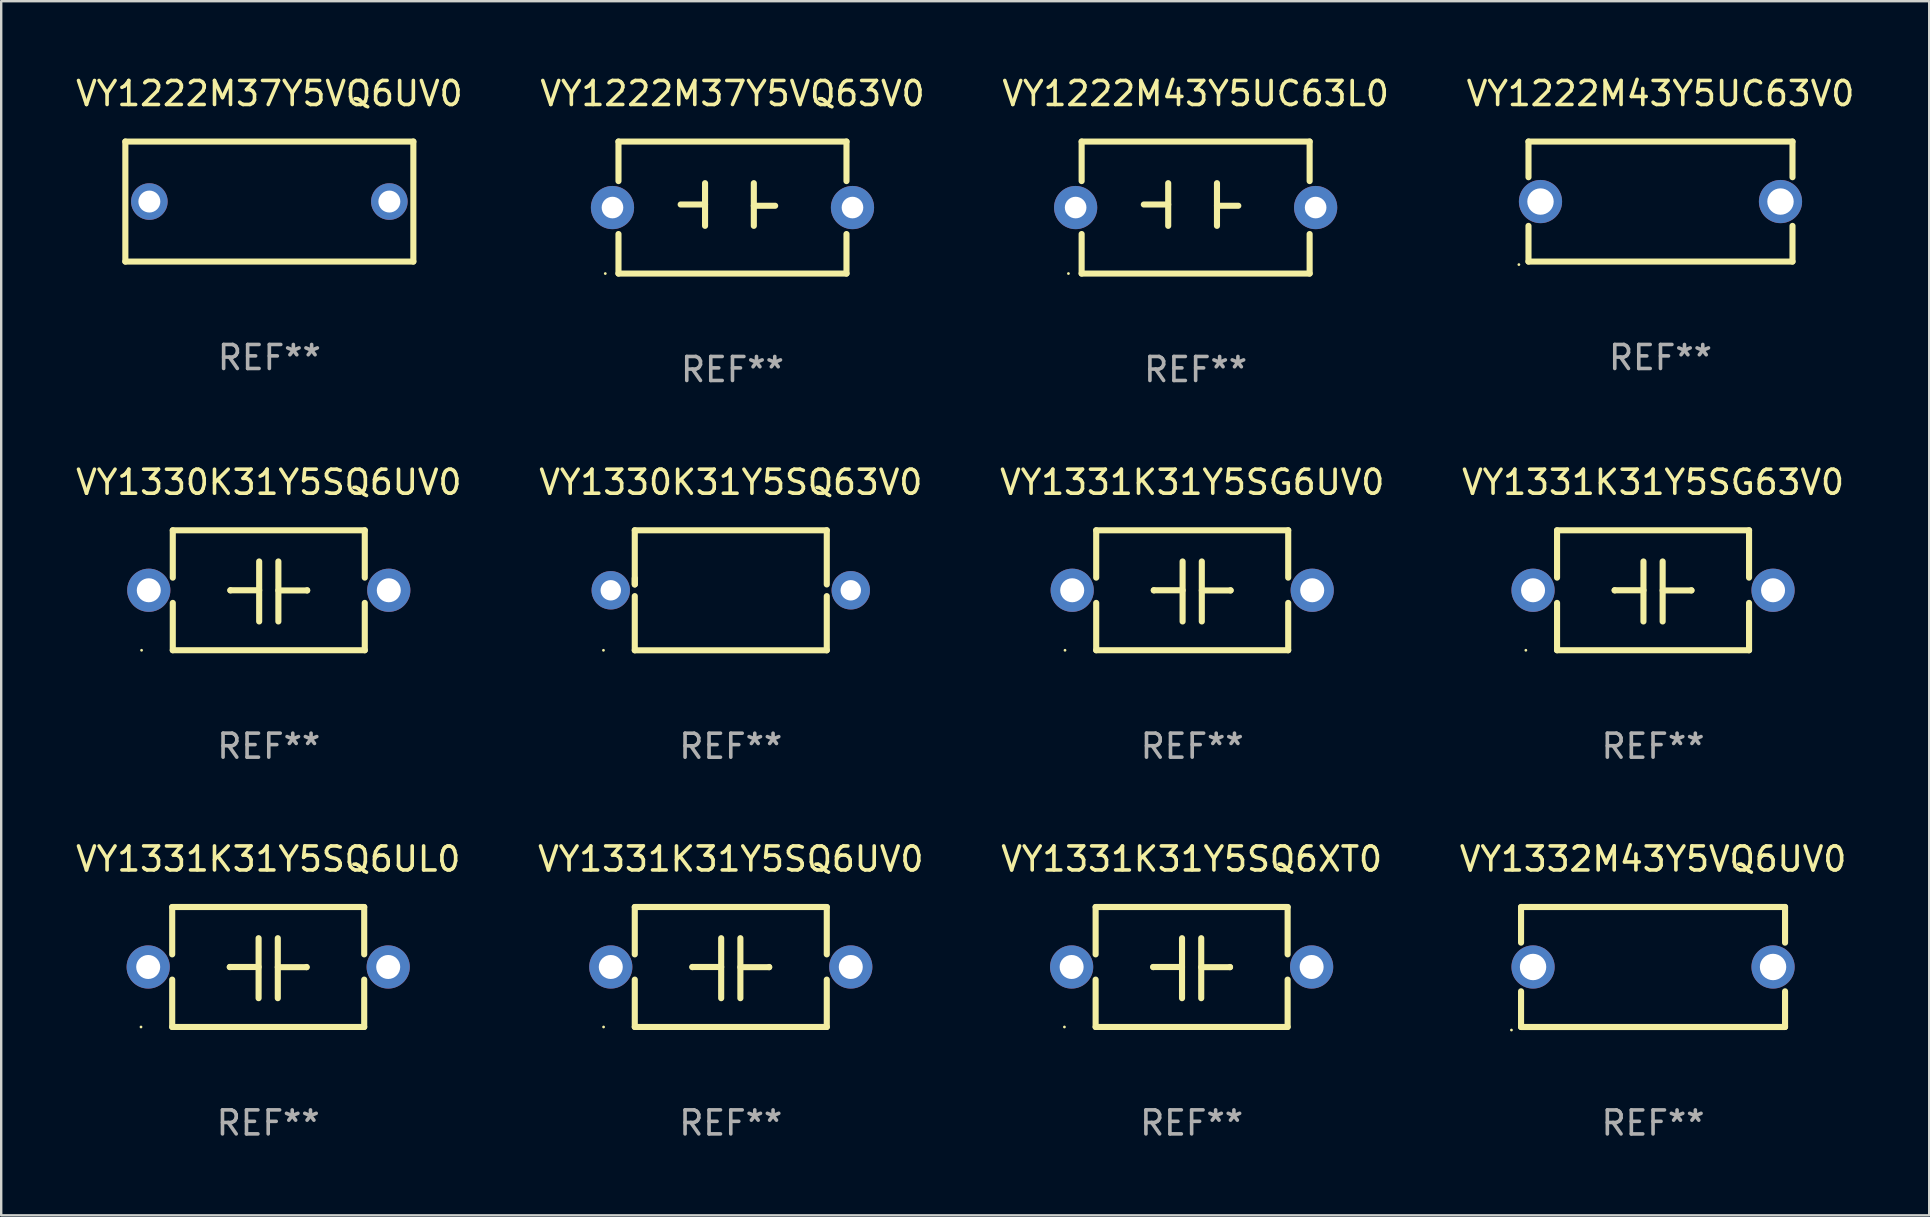
<source format=kicad_pcb>
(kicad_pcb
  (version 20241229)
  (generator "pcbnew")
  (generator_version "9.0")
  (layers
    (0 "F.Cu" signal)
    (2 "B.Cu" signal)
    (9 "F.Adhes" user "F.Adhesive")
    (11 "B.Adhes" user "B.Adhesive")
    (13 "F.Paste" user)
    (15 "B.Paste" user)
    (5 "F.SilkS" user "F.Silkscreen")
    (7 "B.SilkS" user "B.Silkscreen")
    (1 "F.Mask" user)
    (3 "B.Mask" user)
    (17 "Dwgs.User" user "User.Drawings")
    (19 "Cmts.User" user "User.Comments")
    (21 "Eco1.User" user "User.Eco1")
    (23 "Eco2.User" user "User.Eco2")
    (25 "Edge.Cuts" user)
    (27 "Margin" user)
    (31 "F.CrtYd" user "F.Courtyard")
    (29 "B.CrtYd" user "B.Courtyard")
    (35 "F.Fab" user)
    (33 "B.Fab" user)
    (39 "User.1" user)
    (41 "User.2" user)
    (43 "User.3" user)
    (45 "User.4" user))
  (footprint "VY1222M43Y5UC63L0"
    (layer "F.Cu")
    (at 46.768 5.598)
    (property "Reference" "VY1222M43Y5UC63L0" (at 0 -4.75 0) (layer "F.SilkS") (effects (font (size 1 1) (thickness 0.15))))
    (attr through_hole)
    (fp_line (start -4.75 -2.75) (end -4.75 -1.103) (stroke (width 0.254) (type solid)) (layer "F.SilkS"))
    (fp_line (start -4.75 -2.75) (end 4.75 -2.75) (stroke (width 0.254) (type solid)) (layer "F.SilkS"))
    (fp_line (start -4.75 1.103) (end -4.75 2.75) (stroke (width 0.254) (type solid)) (layer "F.SilkS"))
    (fp_line (start -2.159 -0.127) (end -1.143 -0.127) (stroke (width 0.254) (type solid)) (layer "F.SilkS"))
    (fp_line (start -1.143 -1.016) (end -1.143 0.762) (stroke (width 0.254) (type solid)) (layer "F.SilkS"))
    (fp_line (start 0.889 -1.016) (end 0.889 0.762) (stroke (width 0.254) (type solid)) (layer "F.SilkS"))
    (fp_line (start 0.889 -0.075) (end 1.778 -0.075) (stroke (width 0.254) (type solid)) (layer "F.SilkS"))
    (fp_line (start 4.75 -2.75) (end 4.75 -1.103) (stroke (width 0.254) (type solid)) (layer "F.SilkS"))
    (fp_line (start 4.75 1.103) (end 4.75 2.75) (stroke (width 0.254) (type solid)) (layer "F.SilkS"))
    (fp_line (start 4.75 2.75) (end -4.75 2.75) (stroke (width 0.254) (type solid)) (layer "F.SilkS"))
    (fp_circle (center -5.3 2.75) (end -5.27 2.75) (stroke (width 0.06) (type solid)) (fill no) (layer "F.SilkS"))
    (fp_text user "REF**" (at 0 6.75 0) (layer "F.Fab") (effects (font (size 1 1) (thickness 0.15))))
    (pad "1" thru_hole circle (at -5 0.000025) (size 1.8 1.8) (drill 0.9) (layers "*.Cu" "*.Mask"))
    (pad "2" thru_hole circle (at 5 0.000025) (size 1.8 1.8) (drill 0.9) (layers "*.Cu" "*.Mask")))
  (footprint "VY1222M37Y5VQ63V0"
    (layer "F.Cu")
    (at 27.47 5.598)
    (property "Reference" "VY1222M37Y5VQ63V0" (at 0 -4.75 0) (layer "F.SilkS") (effects (font (size 1 1) (thickness 0.15))))
    (attr through_hole)
    (fp_line (start -4.75 -2.75) (end -4.75 -1.103) (stroke (width 0.254) (type solid)) (layer "F.SilkS"))
    (fp_line (start -4.75 -2.75) (end 4.75 -2.75) (stroke (width 0.254) (type solid)) (layer "F.SilkS"))
    (fp_line (start -4.75 1.103) (end -4.75 2.75) (stroke (width 0.254) (type solid)) (layer "F.SilkS"))
    (fp_line (start -2.159 -0.127) (end -1.143 -0.127) (stroke (width 0.254) (type solid)) (layer "F.SilkS"))
    (fp_line (start -1.143 -1.016) (end -1.143 0.762) (stroke (width 0.254) (type solid)) (layer "F.SilkS"))
    (fp_line (start 0.889 -1.016) (end 0.889 0.762) (stroke (width 0.254) (type solid)) (layer "F.SilkS"))
    (fp_line (start 0.889 -0.075) (end 1.778 -0.075) (stroke (width 0.254) (type solid)) (layer "F.SilkS"))
    (fp_line (start 4.75 -2.75) (end 4.75 -1.103) (stroke (width 0.254) (type solid)) (layer "F.SilkS"))
    (fp_line (start 4.75 1.103) (end 4.75 2.75) (stroke (width 0.254) (type solid)) (layer "F.SilkS"))
    (fp_line (start 4.75 2.75) (end -4.75 2.75) (stroke (width 0.254) (type solid)) (layer "F.SilkS"))
    (fp_circle (center -5.3 2.75) (end -5.27 2.75) (stroke (width 0.06) (type solid)) (fill no) (layer "F.SilkS"))
    (fp_text user "REF**" (at 0 6.75 0) (layer "F.Fab") (effects (font (size 1 1) (thickness 0.15))))
    (pad "1" thru_hole circle (at -5 0.000025) (size 1.8 1.8) (drill 0.9) (layers "*.Cu" "*.Mask"))
    (pad "2" thru_hole circle (at 5 0.000025) (size 1.8 1.8) (drill 0.9) (layers "*.Cu" "*.Mask")))
  (footprint "VY1331K31Y5SQ6UV0"
    (layer "F.Cu")
    (at 27.399 37.241)
    (property "Reference" "VY1331K31Y5SQ6UV0" (at 0 -4.499 0) (layer "F.SilkS") (effects (font (size 1 1) (thickness 0.15))))
    (attr through_hole)
    (fp_line (start -4 -2.499) (end -4 -0.526) (stroke (width 0.254) (type solid)) (layer "F.SilkS"))
    (fp_line (start -4 -2.499) (end 4 -2.499) (stroke (width 0.254) (type solid)) (layer "F.SilkS"))
    (fp_line (start -4 0.526) (end -4 2.499) (stroke (width 0.254) (type solid)) (layer "F.SilkS"))
    (fp_line (start -1.6 0) (end -1.6 0.007) (stroke (width 0.254) (type solid)) (layer "F.SilkS"))
    (fp_line (start -0.4 0) (end -1.6 0) (stroke (width 0.254) (type solid)) (layer "F.SilkS"))
    (fp_line (start -0.4 1.3) (end -0.4 -1.2) (stroke (width 0.254) (type solid)) (layer "F.SilkS"))
    (fp_line (start 0.4 -1.2) (end 0.4 1.3) (stroke (width 0.254) (type solid)) (layer "F.SilkS"))
    (fp_line (start 0.4 0.007) (end 1.6 0.007) (stroke (width 0.254) (type solid)) (layer "F.SilkS"))
    (fp_line (start 1.6 0.007) (end 1.6 0) (stroke (width 0.254) (type solid)) (layer "F.SilkS"))
    (fp_line (start 4 -2.499) (end 4 -0.526) (stroke (width 0.254) (type solid)) (layer "F.SilkS"))
    (fp_line (start 4 0.526) (end 4 2.499) (stroke (width 0.254) (type solid)) (layer "F.SilkS"))
    (fp_line (start 4 2.499) (end -4 2.499) (stroke (width 0.254) (type solid)) (layer "F.SilkS"))
    (fp_circle (center -5.3 2.5) (end -5.27 2.5) (stroke (width 0.06) (type solid)) (fill no) (layer "F.SilkS"))
    (fp_text user "REF**" (at 0 6.499 0) (layer "F.Fab") (effects (font (size 1 1) (thickness 0.15))))
    (pad "1" thru_hole circle (at -5 0) (size 1.8 1.8) (drill 1) (layers "*.Cu" "*.Mask"))
    (pad "2" thru_hole circle (at 5 0) (size 1.8 1.8) (drill 1) (layers "*.Cu" "*.Mask")))
  (footprint "VY1222M43Y5UC63V0"
    (layer "F.Cu")
    (at 66.137 5.348)
    (property "Reference" "VY1222M43Y5UC63V0" (at 0 -4.5 0) (layer "F.SilkS") (effects (font (size 1 1) (thickness 0.15))))
    (attr through_hole)
    (fp_line (start -5.5 -2.5) (end -5.5 -1.014) (stroke (width 0.254) (type solid)) (layer "F.SilkS"))
    (fp_line (start -5.5 -2.5) (end 5.5 -2.5) (stroke (width 0.254) (type solid)) (layer "F.SilkS"))
    (fp_line (start -5.5 1.014) (end -5.5 2.5) (stroke (width 0.254) (type solid)) (layer "F.SilkS"))
    (fp_line (start 5.5 -1.014) (end 5.5 -2.5) (stroke (width 0.254) (type solid)) (layer "F.SilkS"))
    (fp_line (start 5.5 2.5) (end -5.5 2.5) (stroke (width 0.254) (type solid)) (layer "F.SilkS"))
    (fp_line (start 5.5 2.5) (end 5.5 1.014) (stroke (width 0.254) (type solid)) (layer "F.SilkS"))
    (fp_circle (center -5.9 2.627) (end -5.87 2.627) (stroke (width 0.06) (type solid)) (fill no) (layer "F.SilkS"))
    (fp_text user "REF**" (at 0 6.5 0) (layer "F.Fab") (effects (font (size 1 1) (thickness 0.15))))
    (pad "1" thru_hole circle (at -5 0) (size 1.8 1.8) (drill 1.1) (layers "*.Cu" "*.Mask"))
    (pad "2" thru_hole circle (at 5 0) (size 1.8 1.8) (drill 1.1) (layers "*.Cu" "*.Mask")))
  (footprint "VY1331K31Y5SQ6XT0"
    (layer "F.Cu")
    (at 46.601 37.241)
    (property "Reference" "VY1331K31Y5SQ6XT0" (at 0 -4.499 0) (layer "F.SilkS") (effects (font (size 1 1) (thickness 0.15))))
    (attr through_hole)
    (fp_line (start -4 -2.499) (end -4 -0.526) (stroke (width 0.254) (type solid)) (layer "F.SilkS"))
    (fp_line (start -4 -2.499) (end 4 -2.499) (stroke (width 0.254) (type solid)) (layer "F.SilkS"))
    (fp_line (start -4 0.526) (end -4 2.499) (stroke (width 0.254) (type solid)) (layer "F.SilkS"))
    (fp_line (start -1.6 0) (end -1.6 0.007) (stroke (width 0.254) (type solid)) (layer "F.SilkS"))
    (fp_line (start -0.4 0) (end -1.6 0) (stroke (width 0.254) (type solid)) (layer "F.SilkS"))
    (fp_line (start -0.4 1.3) (end -0.4 -1.2) (stroke (width 0.254) (type solid)) (layer "F.SilkS"))
    (fp_line (start 0.4 -1.2) (end 0.4 1.3) (stroke (width 0.254) (type solid)) (layer "F.SilkS"))
    (fp_line (start 0.4 0.007) (end 1.6 0.007) (stroke (width 0.254) (type solid)) (layer "F.SilkS"))
    (fp_line (start 1.6 0.007) (end 1.6 0) (stroke (width 0.254) (type solid)) (layer "F.SilkS"))
    (fp_line (start 4 -2.499) (end 4 -0.526) (stroke (width 0.254) (type solid)) (layer "F.SilkS"))
    (fp_line (start 4 0.526) (end 4 2.499) (stroke (width 0.254) (type solid)) (layer "F.SilkS"))
    (fp_line (start 4 2.499) (end -4 2.499) (stroke (width 0.254) (type solid)) (layer "F.SilkS"))
    (fp_circle (center -5.3 2.5) (end -5.27 2.5) (stroke (width 0.06) (type solid)) (fill no) (layer "F.SilkS"))
    (fp_text user "REF**" (at 0 6.499 0) (layer "F.Fab") (effects (font (size 1 1) (thickness 0.15))))
    (pad "1" thru_hole circle (at -5 0) (size 1.8 1.8) (drill 1) (layers "*.Cu" "*.Mask"))
    (pad "2" thru_hole circle (at 5 0) (size 1.8 1.8) (drill 1) (layers "*.Cu" "*.Mask")))
  (footprint "VY1330K31Y5SQ63V0"
    (layer "F.Cu")
    (at 27.399 21.545)
    (property "Reference" "VY1330K31Y5SQ63V0" (at 0 -4.5 0) (layer "F.SilkS") (effects (font (size 1 1) (thickness 0.15))))
    (attr through_hole)
    (fp_line (start -4 -2.5) (end 4 -2.5) (stroke (width 0.254) (type solid)) (layer "F.SilkS"))
    (fp_line (start -4 -0.243) (end -4 -2.5) (stroke (width 0.254) (type solid)) (layer "F.SilkS"))
    (fp_line (start -4 -0.243) (end -4 -0.5) (stroke (width 0.254) (type solid)) (layer "F.SilkS"))
    (fp_line (start -4 2.5) (end -4 0.243) (stroke (width 0.254) (type solid)) (layer "F.SilkS"))
    (fp_line (start 4 -2.5) (end 4 -0.243) (stroke (width 0.254) (type solid)) (layer "F.SilkS"))
    (fp_line (start 4 0.243) (end 4 2.5) (stroke (width 0.254) (type solid)) (layer "F.SilkS"))
    (fp_line (start 4 2.5) (end -4 2.5) (stroke (width 0.254) (type solid)) (layer "F.SilkS"))
    (fp_circle (center -5.305 2.5) (end -5.275 2.5) (stroke (width 0.06) (type solid)) (fill no) (layer "F.SilkS"))
    (fp_text user "REF**" (at 0 6.5 0) (layer "F.Fab") (effects (font (size 1 1) (thickness 0.15))))
    (pad "1" thru_hole circle (at -5 0) (size 1.6 1.6) (drill 0.85) (layers "*.Cu" "*.Mask"))
    (pad "2" thru_hole circle (at 5 0) (size 1.6 1.6) (drill 0.85) (layers "*.Cu" "*.Mask")))
  (footprint "VY1331K31Y5SQ6UL0"
    (layer "F.Cu")
    (at 8.125 37.241)
    (property "Reference" "VY1331K31Y5SQ6UL0" (at 0 -4.499 0) (layer "F.SilkS") (effects (font (size 1 1) (thickness 0.15))))
    (attr through_hole)
    (fp_line (start -4 -2.499) (end -4 -0.526) (stroke (width 0.254) (type solid)) (layer "F.SilkS"))
    (fp_line (start -4 -2.499) (end 4 -2.499) (stroke (width 0.254) (type solid)) (layer "F.SilkS"))
    (fp_line (start -4 0.526) (end -4 2.499) (stroke (width 0.254) (type solid)) (layer "F.SilkS"))
    (fp_line (start -1.6 0) (end -1.6 0.007) (stroke (width 0.254) (type solid)) (layer "F.SilkS"))
    (fp_line (start -0.4 0) (end -1.6 0) (stroke (width 0.254) (type solid)) (layer "F.SilkS"))
    (fp_line (start -0.4 1.3) (end -0.4 -1.2) (stroke (width 0.254) (type solid)) (layer "F.SilkS"))
    (fp_line (start 0.4 -1.2) (end 0.4 1.3) (stroke (width 0.254) (type solid)) (layer "F.SilkS"))
    (fp_line (start 0.4 0.007) (end 1.6 0.007) (stroke (width 0.254) (type solid)) (layer "F.SilkS"))
    (fp_line (start 1.6 0.007) (end 1.6 0) (stroke (width 0.254) (type solid)) (layer "F.SilkS"))
    (fp_line (start 4 -2.499) (end 4 -0.526) (stroke (width 0.254) (type solid)) (layer "F.SilkS"))
    (fp_line (start 4 0.526) (end 4 2.499) (stroke (width 0.254) (type solid)) (layer "F.SilkS"))
    (fp_line (start 4 2.499) (end -4 2.499) (stroke (width 0.254) (type solid)) (layer "F.SilkS"))
    (fp_circle (center -5.3 2.5) (end -5.27 2.5) (stroke (width 0.06) (type solid)) (fill no) (layer "F.SilkS"))
    (fp_text user "REF**" (at 0 6.499 0) (layer "F.Fab") (effects (font (size 1 1) (thickness 0.15))))
    (pad "1" thru_hole circle (at -5 0) (size 1.8 1.8) (drill 1) (layers "*.Cu" "*.Mask"))
    (pad "2" thru_hole circle (at 5 0) (size 1.8 1.8) (drill 1) (layers "*.Cu" "*.Mask")))
  (footprint "VY1222M37Y5VQ6UV0"
    (layer "F.Cu")
    (at 8.173 5.348)
    (property "Reference" "VY1222M37Y5VQ6UV0" (at 0 -4.5 0) (layer "F.SilkS") (effects (font (size 1 1) (thickness 0.15))))
    (attr through_hole)
    (fp_line (start -6 -2.5) (end 6 -2.5) (stroke (width 0.254) (type solid)) (layer "F.SilkS"))
    (fp_line (start -6 2.5) (end -6 -2.5) (stroke (width 0.254) (type solid)) (layer "F.SilkS"))
    (fp_line (start 6 -2.5) (end 6 2.5) (stroke (width 0.254) (type solid)) (layer "F.SilkS"))
    (fp_line (start 6 2.5) (end -6 2.5) (stroke (width 0.254) (type solid)) (layer "F.SilkS"))
    (fp_circle (center -6 2.5) (end -5.97 2.5) (stroke (width 0.06) (type solid)) (fill no) (layer "F.SilkS"))
    (fp_text user "REF**" (at 0 6.5 0) (layer "F.Fab") (effects (font (size 1 1) (thickness 0.15))))
    (pad "1" thru_hole circle (at -5 0) (size 1.524 1.524) (drill 0.914) (layers "*.Cu" "*.Mask"))
    (pad "2" thru_hole circle (at 5 0) (size 1.524 1.524) (drill 0.914) (layers "*.Cu" "*.Mask")))
  (footprint "VY1331K31Y5SG63V0"
    (layer "F.Cu")
    (at 65.827 21.544)
    (property "Reference" "VY1331K31Y5SG63V0" (at 0 -4.499 0) (layer "F.SilkS") (effects (font (size 1 1) (thickness 0.15))))
    (attr through_hole)
    (fp_line (start -4 -2.499) (end -4 -0.526) (stroke (width 0.254) (type solid)) (layer "F.SilkS"))
    (fp_line (start -4 -2.499) (end 4 -2.499) (stroke (width 0.254) (type solid)) (layer "F.SilkS"))
    (fp_line (start -4 0.526) (end -4 2.499) (stroke (width 0.254) (type solid)) (layer "F.SilkS"))
    (fp_line (start -1.6 0) (end -1.6 0.007) (stroke (width 0.254) (type solid)) (layer "F.SilkS"))
    (fp_line (start -0.4 0) (end -1.6 0) (stroke (width 0.254) (type solid)) (layer "F.SilkS"))
    (fp_line (start -0.4 1.3) (end -0.4 -1.2) (stroke (width 0.254) (type solid)) (layer "F.SilkS"))
    (fp_line (start 0.4 -1.2) (end 0.4 1.3) (stroke (width 0.254) (type solid)) (layer "F.SilkS"))
    (fp_line (start 0.4 0.007) (end 1.6 0.007) (stroke (width 0.254) (type solid)) (layer "F.SilkS"))
    (fp_line (start 1.6 0.007) (end 1.6 0) (stroke (width 0.254) (type solid)) (layer "F.SilkS"))
    (fp_line (start 4 -2.499) (end 4 -0.526) (stroke (width 0.254) (type solid)) (layer "F.SilkS"))
    (fp_line (start 4 0.526) (end 4 2.499) (stroke (width 0.254) (type solid)) (layer "F.SilkS"))
    (fp_line (start 4 2.499) (end -4 2.499) (stroke (width 0.254) (type solid)) (layer "F.SilkS"))
    (fp_circle (center -5.3 2.5) (end -5.27 2.5) (stroke (width 0.06) (type solid)) (fill no) (layer "F.SilkS"))
    (fp_text user "REF**" (at 0 6.499 0) (layer "F.Fab") (effects (font (size 1 1) (thickness 0.15))))
    (pad "1" thru_hole circle (at -5 0) (size 1.8 1.8) (drill 1) (layers "*.Cu" "*.Mask"))
    (pad "2" thru_hole circle (at 5 0) (size 1.8 1.8) (drill 1) (layers "*.Cu" "*.Mask")))
  (footprint "VY1330K31Y5SQ6UV0"
    (layer "F.Cu")
    (at 8.149 21.544)
    (property "Reference" "VY1330K31Y5SQ6UV0" (at 0 -4.499 0) (layer "F.SilkS") (effects (font (size 1 1) (thickness 0.15))))
    (attr through_hole)
    (fp_line (start -4 -2.499) (end -4 -0.526) (stroke (width 0.254) (type solid)) (layer "F.SilkS"))
    (fp_line (start -4 -2.499) (end 4 -2.499) (stroke (width 0.254) (type solid)) (layer "F.SilkS"))
    (fp_line (start -4 0.526) (end -4 2.499) (stroke (width 0.254) (type solid)) (layer "F.SilkS"))
    (fp_line (start -1.6 0) (end -1.6 0.007) (stroke (width 0.254) (type solid)) (layer "F.SilkS"))
    (fp_line (start -0.4 0) (end -1.6 0) (stroke (width 0.254) (type solid)) (layer "F.SilkS"))
    (fp_line (start -0.4 1.3) (end -0.4 -1.2) (stroke (width 0.254) (type solid)) (layer "F.SilkS"))
    (fp_line (start 0.4 -1.2) (end 0.4 1.3) (stroke (width 0.254) (type solid)) (layer "F.SilkS"))
    (fp_line (start 0.4 0.007) (end 1.6 0.007) (stroke (width 0.254) (type solid)) (layer "F.SilkS"))
    (fp_line (start 1.6 0.007) (end 1.6 0) (stroke (width 0.254) (type solid)) (layer "F.SilkS"))
    (fp_line (start 4 -2.499) (end 4 -0.526) (stroke (width 0.254) (type solid)) (layer "F.SilkS"))
    (fp_line (start 4 0.526) (end 4 2.499) (stroke (width 0.254) (type solid)) (layer "F.SilkS"))
    (fp_line (start 4 2.499) (end -4 2.499) (stroke (width 0.254) (type solid)) (layer "F.SilkS"))
    (fp_circle (center -5.3 2.5) (end -5.27 2.5) (stroke (width 0.06) (type solid)) (fill no) (layer "F.SilkS"))
    (fp_text user "REF**" (at 0 6.499 0) (layer "F.Fab") (effects (font (size 1 1) (thickness 0.15))))
    (pad "1" thru_hole circle (at -5 0) (size 1.8 1.8) (drill 1) (layers "*.Cu" "*.Mask"))
    (pad "2" thru_hole circle (at 5 0) (size 1.8 1.8) (drill 1) (layers "*.Cu" "*.Mask")))
  (footprint "VY1332M43Y5VQ6UV0"
    (layer "F.Cu")
    (at 65.827 37.241)
    (property "Reference" "VY1332M43Y5VQ6UV0" (at 0 -4.5 0) (layer "F.SilkS") (effects (font (size 1 1) (thickness 0.15))))
    (attr through_hole)
    (fp_line (start -5.5 -2.5) (end -5.5 -1.014) (stroke (width 0.254) (type solid)) (layer "F.SilkS"))
    (fp_line (start -5.5 -2.5) (end 5.5 -2.5) (stroke (width 0.254) (type solid)) (layer "F.SilkS"))
    (fp_line (start -5.5 1.014) (end -5.5 2.5) (stroke (width 0.254) (type solid)) (layer "F.SilkS"))
    (fp_line (start 5.5 -1.014) (end 5.5 -2.5) (stroke (width 0.254) (type solid)) (layer "F.SilkS"))
    (fp_line (start 5.5 2.5) (end -5.5 2.5) (stroke (width 0.254) (type solid)) (layer "F.SilkS"))
    (fp_line (start 5.5 2.5) (end 5.5 1.014) (stroke (width 0.254) (type solid)) (layer "F.SilkS"))
    (fp_circle (center -5.9 2.627) (end -5.87 2.627) (stroke (width 0.06) (type solid)) (fill no) (layer "F.SilkS"))
    (fp_text user "REF**" (at 0 6.5 0) (layer "F.Fab") (effects (font (size 1 1) (thickness 0.15))))
    (pad "1" thru_hole circle (at -5 0) (size 1.8 1.8) (drill 1.1) (layers "*.Cu" "*.Mask"))
    (pad "2" thru_hole circle (at 5 0) (size 1.8 1.8) (drill 1.1) (layers "*.Cu" "*.Mask")))
  (footprint "VY1331K31Y5SG6UV0"
    (layer "F.Cu")
    (at 46.625 21.544)
    (property "Reference" "VY1331K31Y5SG6UV0" (at 0 -4.499 0) (layer "F.SilkS") (effects (font (size 1 1) (thickness 0.15))))
    (attr through_hole)
    (fp_line (start -4 -2.499) (end -4 -0.526) (stroke (width 0.254) (type solid)) (layer "F.SilkS"))
    (fp_line (start -4 -2.499) (end 4 -2.499) (stroke (width 0.254) (type solid)) (layer "F.SilkS"))
    (fp_line (start -4 0.526) (end -4 2.499) (stroke (width 0.254) (type solid)) (layer "F.SilkS"))
    (fp_line (start -1.6 0) (end -1.6 0.007) (stroke (width 0.254) (type solid)) (layer "F.SilkS"))
    (fp_line (start -0.4 0) (end -1.6 0) (stroke (width 0.254) (type solid)) (layer "F.SilkS"))
    (fp_line (start -0.4 1.3) (end -0.4 -1.2) (stroke (width 0.254) (type solid)) (layer "F.SilkS"))
    (fp_line (start 0.4 -1.2) (end 0.4 1.3) (stroke (width 0.254) (type solid)) (layer "F.SilkS"))
    (fp_line (start 0.4 0.007) (end 1.6 0.007) (stroke (width 0.254) (type solid)) (layer "F.SilkS"))
    (fp_line (start 1.6 0.007) (end 1.6 0) (stroke (width 0.254) (type solid)) (layer "F.SilkS"))
    (fp_line (start 4 -2.499) (end 4 -0.526) (stroke (width 0.254) (type solid)) (layer "F.SilkS"))
    (fp_line (start 4 0.526) (end 4 2.499) (stroke (width 0.254) (type solid)) (layer "F.SilkS"))
    (fp_line (start 4 2.499) (end -4 2.499) (stroke (width 0.254) (type solid)) (layer "F.SilkS"))
    (fp_circle (center -5.3 2.5) (end -5.27 2.5) (stroke (width 0.06) (type solid)) (fill no) (layer "F.SilkS"))
    (fp_text user "REF**" (at 0 6.499 0) (layer "F.Fab") (effects (font (size 1 1) (thickness 0.15))))
    (pad "1" thru_hole circle (at -5 0) (size 1.8 1.8) (drill 1) (layers "*.Cu" "*.Mask"))
    (pad "2" thru_hole circle (at 5 0) (size 1.8 1.8) (drill 1) (layers "*.Cu" "*.Mask")))
  (gr_rect
    (start -3 -3)
    (end 77.333 47.59)
    (stroke (width 0.1) (type default))
    (fill no)
    (layer "Edge.Cuts")))
</source>
